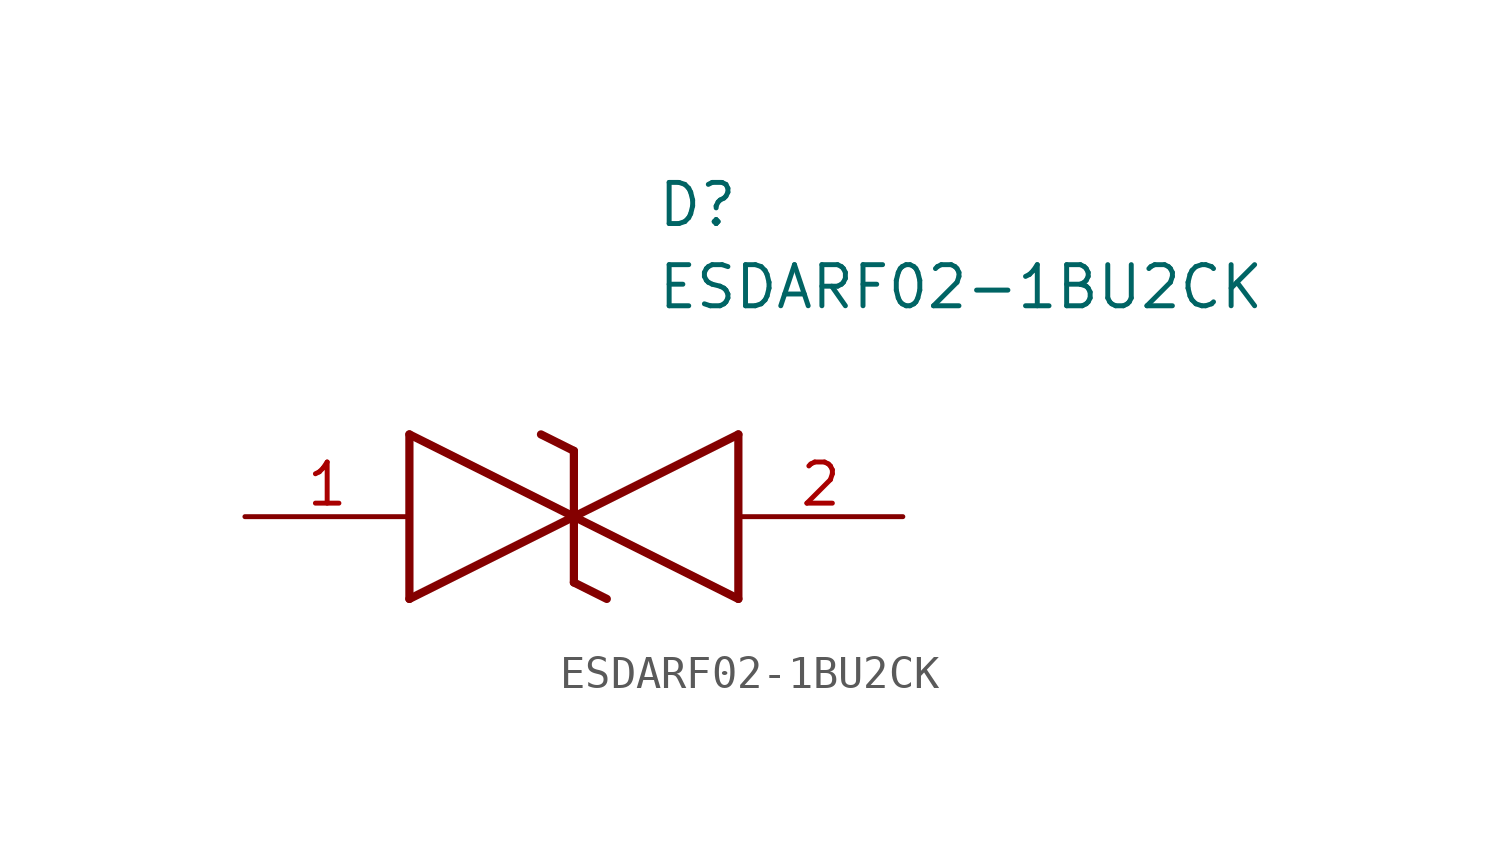
<source format=kicad_sym>
(kicad_symbol_lib
  (version 20211014)
  (generator SamacSys_ECAD_Model)
  (symbol "ESDARF02-1BU2CK"
    (pin_names hide)
    (property "Reference" "D"
      (at 12.7 8.89 0)
      (effects (font (size 1.27 1.27)) (justify left bottom)))
    (property "Value" "ESDARF02-1BU2CK"
      (at 12.7 6.35 0)
      (effects (font (size 1.27 1.27)) (justify left bottom)))
    (polyline
      (pts (xy 10.16 0) (xy 5.08 -2.54))
      (stroke (width 0.254) (type default))
      (fill (type none)))
    (polyline
      (pts (xy 5.08 2.54) (xy 5.08 -2.54))
      (stroke (width 0.254) (type default))
      (fill (type none)))
    (polyline
      (pts (xy 5.08 2.54) (xy 10.16 0))
      (stroke (width 0.254) (type default))
      (fill (type none)))
    (polyline
      (pts (xy 10.16 0) (xy 15.24 -2.54))
      (stroke (width 0.254) (type default))
      (fill (type none)))
    (polyline
      (pts (xy 15.24 2.54) (xy 15.24 -2.54))
      (stroke (width 0.254) (type default))
      (fill (type none)))
    (polyline
      (pts (xy 15.24 2.54) (xy 10.16 0))
      (stroke (width 0.254) (type default))
      (fill (type none)))
    (polyline
      (pts (xy 10.16 -2.032) (xy 10.16 2.032))
      (stroke (width 0.254) (type default))
      (fill (type none)))
    (polyline
      (pts (xy 9.144 2.54) (xy 10.16 2.032))
      (stroke (width 0.254) (type default))
      (fill (type none)))
    (polyline
      (pts (xy 10.16 -2.032) (xy 11.176 -2.54))
      (stroke (width 0.254) (type default))
      (fill (type none)))
    (pin passive line
      (at 0 0 0)
      (length 5.08)
      (name "1" (effects (font (size 1.27 1.27))))
      (number "1" (effects (font (size 1.27 1.27)))))
    (pin passive line
      (at 20.32 0 180)
      (length 5.08)
      (name "2" (effects (font (size 1.27 1.27))))
      (number "2" (effects (font (size 1.27 1.27)))))))
</source>
